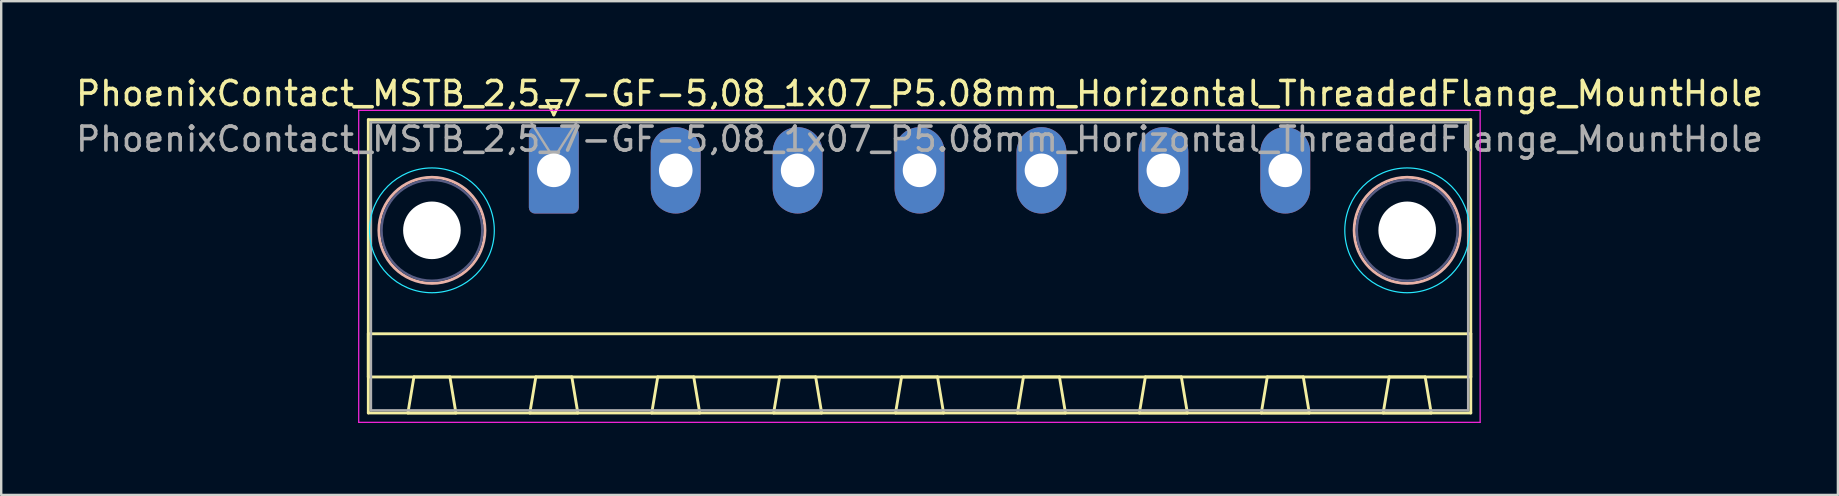
<source format=kicad_pcb>
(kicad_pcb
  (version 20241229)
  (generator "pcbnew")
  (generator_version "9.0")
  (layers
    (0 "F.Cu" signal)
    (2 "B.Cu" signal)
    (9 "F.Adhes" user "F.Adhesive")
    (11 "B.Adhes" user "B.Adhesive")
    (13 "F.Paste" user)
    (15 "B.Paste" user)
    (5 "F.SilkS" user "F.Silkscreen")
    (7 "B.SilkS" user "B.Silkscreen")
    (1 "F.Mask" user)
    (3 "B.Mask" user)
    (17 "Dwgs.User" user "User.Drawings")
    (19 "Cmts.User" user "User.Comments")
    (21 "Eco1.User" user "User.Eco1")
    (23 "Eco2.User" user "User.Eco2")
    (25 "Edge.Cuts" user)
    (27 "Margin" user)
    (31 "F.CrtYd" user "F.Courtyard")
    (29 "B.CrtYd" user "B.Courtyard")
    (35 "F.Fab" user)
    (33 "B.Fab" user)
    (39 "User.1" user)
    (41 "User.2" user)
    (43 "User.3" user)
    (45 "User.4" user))
  (footprint "PhoenixContact_MSTB_2,5_7-GF-5,08_1x07_P5.08mm_Horizontal_ThreadedFlange_MountHole"
    (layer "F.Cu")
    (at 20.028 4.048)
    (property "Reference" "PhoenixContact_MSTB_2,5_7-GF-5,08_1x07_P5.08mm_Horizontal_ThreadedFlange_MountHole" (at 15.24 -3.2 0) (layer "F.SilkS") (effects (font (size 1 1) (thickness 0.15))))
    (attr through_hole)
    (fp_line (start -7.73 -2.11) (end -7.73 10.11) (stroke (width 0.12) (type solid)) (layer "F.SilkS"))
    (fp_line (start -7.73 6.81) (end 38.21 6.81) (stroke (width 0.12) (type solid)) (layer "F.SilkS"))
    (fp_line (start -7.73 8.61) (end -7.73 6.81) (stroke (width 0.12) (type solid)) (layer "F.SilkS"))
    (fp_line (start -7.73 10.11) (end 38.21 10.11) (stroke (width 0.12) (type solid)) (layer "F.SilkS"))
    (fp_line (start -6.08 10.11) (end -4.08 10.11) (stroke (width 0.12) (type solid)) (layer "F.SilkS"))
    (fp_line (start -5.83 8.61) (end -6.08 10.11) (stroke (width 0.12) (type solid)) (layer "F.SilkS"))
    (fp_line (start -4.33 8.61) (end -5.83 8.61) (stroke (width 0.12) (type solid)) (layer "F.SilkS"))
    (fp_line (start -4.08 10.11) (end -4.33 8.61) (stroke (width 0.12) (type solid)) (layer "F.SilkS"))
    (fp_line (start -1 10.11) (end 1 10.11) (stroke (width 0.12) (type solid)) (layer "F.SilkS"))
    (fp_line (start -0.75 8.61) (end -1 10.11) (stroke (width 0.12) (type solid)) (layer "F.SilkS"))
    (fp_line (start -0.3 -2.91) (end 0.3 -2.91) (stroke (width 0.12) (type solid)) (layer "F.SilkS"))
    (fp_line (start 0 -2.31) (end -0.3 -2.91) (stroke (width 0.12) (type solid)) (layer "F.SilkS"))
    (fp_line (start 0.3 -2.91) (end 0 -2.31) (stroke (width 0.12) (type solid)) (layer "F.SilkS"))
    (fp_line (start 0.75 8.61) (end -0.75 8.61) (stroke (width 0.12) (type solid)) (layer "F.SilkS"))
    (fp_line (start 1 10.11) (end 0.75 8.61) (stroke (width 0.12) (type solid)) (layer "F.SilkS"))
    (fp_line (start 4.08 10.11) (end 6.08 10.11) (stroke (width 0.12) (type solid)) (layer "F.SilkS"))
    (fp_line (start 4.33 8.61) (end 4.08 10.11) (stroke (width 0.12) (type solid)) (layer "F.SilkS"))
    (fp_line (start 5.83 8.61) (end 4.33 8.61) (stroke (width 0.12) (type solid)) (layer "F.SilkS"))
    (fp_line (start 6.08 10.11) (end 5.83 8.61) (stroke (width 0.12) (type solid)) (layer "F.SilkS"))
    (fp_line (start 9.16 10.11) (end 11.16 10.11) (stroke (width 0.12) (type solid)) (layer "F.SilkS"))
    (fp_line (start 9.41 8.61) (end 9.16 10.11) (stroke (width 0.12) (type solid)) (layer "F.SilkS"))
    (fp_line (start 10.91 8.61) (end 9.41 8.61) (stroke (width 0.12) (type solid)) (layer "F.SilkS"))
    (fp_line (start 11.16 10.11) (end 10.91 8.61) (stroke (width 0.12) (type solid)) (layer "F.SilkS"))
    (fp_line (start 14.24 10.11) (end 16.24 10.11) (stroke (width 0.12) (type solid)) (layer "F.SilkS"))
    (fp_line (start 14.49 8.61) (end 14.24 10.11) (stroke (width 0.12) (type solid)) (layer "F.SilkS"))
    (fp_line (start 15.99 8.61) (end 14.49 8.61) (stroke (width 0.12) (type solid)) (layer "F.SilkS"))
    (fp_line (start 16.24 10.11) (end 15.99 8.61) (stroke (width 0.12) (type solid)) (layer "F.SilkS"))
    (fp_line (start 19.32 10.11) (end 21.32 10.11) (stroke (width 0.12) (type solid)) (layer "F.SilkS"))
    (fp_line (start 19.57 8.61) (end 19.32 10.11) (stroke (width 0.12) (type solid)) (layer "F.SilkS"))
    (fp_line (start 21.07 8.61) (end 19.57 8.61) (stroke (width 0.12) (type solid)) (layer "F.SilkS"))
    (fp_line (start 21.32 10.11) (end 21.07 8.61) (stroke (width 0.12) (type solid)) (layer "F.SilkS"))
    (fp_line (start 24.4 10.11) (end 26.4 10.11) (stroke (width 0.12) (type solid)) (layer "F.SilkS"))
    (fp_line (start 24.65 8.61) (end 24.4 10.11) (stroke (width 0.12) (type solid)) (layer "F.SilkS"))
    (fp_line (start 26.15 8.61) (end 24.65 8.61) (stroke (width 0.12) (type solid)) (layer "F.SilkS"))
    (fp_line (start 26.4 10.11) (end 26.15 8.61) (stroke (width 0.12) (type solid)) (layer "F.SilkS"))
    (fp_line (start 29.48 10.11) (end 31.48 10.11) (stroke (width 0.12) (type solid)) (layer "F.SilkS"))
    (fp_line (start 29.73 8.61) (end 29.48 10.11) (stroke (width 0.12) (type solid)) (layer "F.SilkS"))
    (fp_line (start 31.23 8.61) (end 29.73 8.61) (stroke (width 0.12) (type solid)) (layer "F.SilkS"))
    (fp_line (start 31.48 10.11) (end 31.23 8.61) (stroke (width 0.12) (type solid)) (layer "F.SilkS"))
    (fp_line (start 34.56 10.11) (end 36.56 10.11) (stroke (width 0.12) (type solid)) (layer "F.SilkS"))
    (fp_line (start 34.81 8.61) (end 34.56 10.11) (stroke (width 0.12) (type solid)) (layer "F.SilkS"))
    (fp_line (start 36.31 8.61) (end 34.81 8.61) (stroke (width 0.12) (type solid)) (layer "F.SilkS"))
    (fp_line (start 36.56 10.11) (end 36.31 8.61) (stroke (width 0.12) (type solid)) (layer "F.SilkS"))
    (fp_line (start 38.21 -2.11) (end -7.73 -2.11) (stroke (width 0.12) (type solid)) (layer "F.SilkS"))
    (fp_line (start 38.21 6.81) (end 38.21 8.61) (stroke (width 0.12) (type solid)) (layer "F.SilkS"))
    (fp_line (start 38.21 8.61) (end -7.73 8.61) (stroke (width 0.12) (type solid)) (layer "F.SilkS"))
    (fp_line (start 38.21 10.11) (end 38.21 -2.11) (stroke (width 0.12) (type solid)) (layer "F.SilkS"))
    (fp_circle (center -5.08 2.5) (end -2.87 2.5) (stroke (width 0.12) (type solid)) (fill no) (layer "B.SilkS"))
    (fp_circle (center 35.56 2.5) (end 37.77 2.5) (stroke (width 0.12) (type solid)) (fill no) (layer "B.SilkS"))
    (fp_circle (center -5.08 2.5) (end -2.48 2.5) (stroke (width 0.05) (type solid)) (fill no) (layer "B.CrtYd"))
    (fp_circle (center 35.56 2.5) (end 38.16 2.5) (stroke (width 0.05) (type solid)) (fill no) (layer "B.CrtYd"))
    (fp_line (start -8.13 -2.5) (end -8.13 10.5) (stroke (width 0.05) (type solid)) (layer "F.CrtYd"))
    (fp_line (start -8.13 10.5) (end 38.6 10.5) (stroke (width 0.05) (type solid)) (layer "F.CrtYd"))
    (fp_line (start 38.6 -2.5) (end -8.13 -2.5) (stroke (width 0.05) (type solid)) (layer "F.CrtYd"))
    (fp_line (start 38.6 10.5) (end 38.6 -2.5) (stroke (width 0.05) (type solid)) (layer "F.CrtYd"))
    (fp_circle (center -5.08 2.5) (end -2.98 2.5) (stroke (width 0.1) (type solid)) (fill no) (layer "B.Fab"))
    (fp_circle (center 35.56 2.5) (end 37.66 2.5) (stroke (width 0.1) (type solid)) (fill no) (layer "B.Fab"))
    (fp_line (start -7.62 -2) (end -7.62 10) (stroke (width 0.1) (type solid)) (layer "F.Fab"))
    (fp_line (start -7.62 10) (end 38.1 10) (stroke (width 0.1) (type solid)) (layer "F.Fab"))
    (fp_line (start 0 -0.5) (end -0.95 -2) (stroke (width 0.1) (type solid)) (layer "F.Fab"))
    (fp_line (start 0.95 -2) (end 0 -0.5) (stroke (width 0.1) (type solid)) (layer "F.Fab"))
    (fp_line (start 38.1 -2) (end -7.62 -2) (stroke (width 0.1) (type solid)) (layer "F.Fab"))
    (fp_line (start 38.1 10) (end 38.1 -2) (stroke (width 0.1) (type solid)) (layer "F.Fab"))
    (fp_text user "${REFERENCE}" (at 15.24 -1.3 0) (layer "F.Fab") (effects (font (size 1 1) (thickness 0.15))))
    (pad "" np_thru_hole circle (at -5.08 2.5) (size 2.4 2.4) (drill 2.4) (layers "*.Cu" "*.Mask"))
    (pad "" np_thru_hole circle (at 35.56 2.5) (size 2.4 2.4) (drill 2.4) (layers "*.Cu" "*.Mask"))
    (pad "1" thru_hole roundrect (at 0 0) (size 2.08 3.6) (drill 1.4) (layers "*.Cu" "*.Mask") (roundrect_rratio 0.12))
    (pad "2" thru_hole oval (at 5.08 0) (size 2.08 3.6) (drill 1.4) (layers "*.Cu" "*.Mask"))
    (pad "3" thru_hole oval (at 10.16 0) (size 2.08 3.6) (drill 1.4) (layers "*.Cu" "*.Mask"))
    (pad "4" thru_hole oval (at 15.24 0) (size 2.08 3.6) (drill 1.4) (layers "*.Cu" "*.Mask"))
    (pad "5" thru_hole oval (at 20.32 0) (size 2.08 3.6) (drill 1.4) (layers "*.Cu" "*.Mask"))
    (pad "6" thru_hole oval (at 25.4 0) (size 2.08 3.6) (drill 1.4) (layers "*.Cu" "*.Mask"))
    (pad "7" thru_hole oval (at 30.48 0) (size 2.08 3.6) (drill 1.4) (layers "*.Cu" "*.Mask")))
  (gr_rect
    (start -3 -3)
    (end 73.536 17.573)
    (stroke (width 0.1) (type default))
    (fill no)
    (layer "Edge.Cuts")))
</source>
